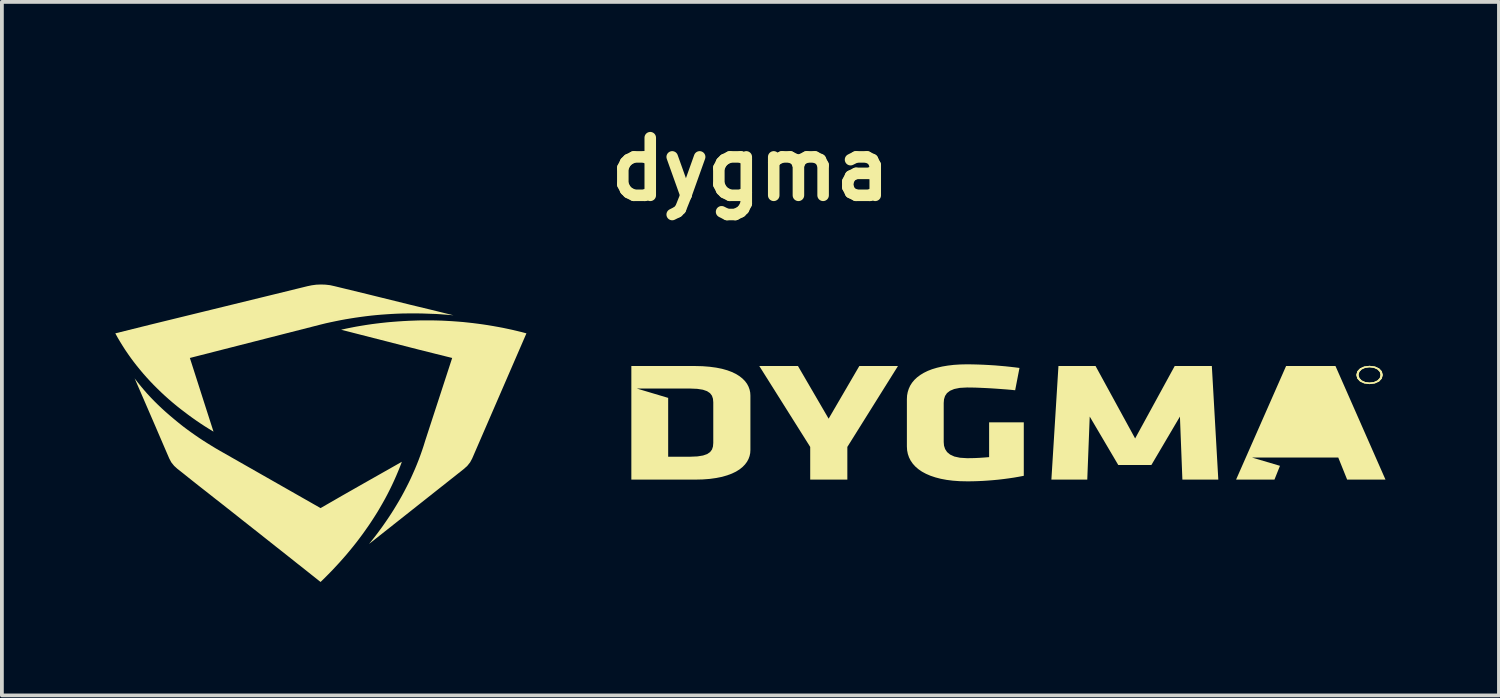
<source format=kicad_pcb>
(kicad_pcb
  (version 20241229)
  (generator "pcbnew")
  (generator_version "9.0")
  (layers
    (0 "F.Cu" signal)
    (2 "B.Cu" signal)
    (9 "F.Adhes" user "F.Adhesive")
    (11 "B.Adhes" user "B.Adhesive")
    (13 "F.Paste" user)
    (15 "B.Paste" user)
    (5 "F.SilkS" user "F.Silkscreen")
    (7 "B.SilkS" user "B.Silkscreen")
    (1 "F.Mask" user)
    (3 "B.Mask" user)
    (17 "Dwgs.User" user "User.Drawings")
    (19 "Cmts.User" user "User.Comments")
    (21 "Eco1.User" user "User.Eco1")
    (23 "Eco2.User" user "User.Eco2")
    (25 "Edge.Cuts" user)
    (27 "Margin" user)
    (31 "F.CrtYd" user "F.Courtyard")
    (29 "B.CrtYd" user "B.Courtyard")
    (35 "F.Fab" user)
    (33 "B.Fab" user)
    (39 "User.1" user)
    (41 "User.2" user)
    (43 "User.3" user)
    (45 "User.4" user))
  (footprint "dygma"
    (layer "F.Cu")
    (at 16.798 8.409)
    (property "Reference" "dygma" (at 0 -6.982 0) (layer "F.SilkS") (effects (font (size 1.524 1.524) (thickness 0.305))))
    (attr smd)
    (fp_poly (pts (xy 0.292 -1.749) (xy 1.225 -1.749) (xy 2.069 -0.306) (xy 2.913 -1.749) (xy 3.847 -1.749) (xy 2.516 0.357) (xy 2.516 1.199) (xy 1.615 1.199) (xy 1.615 0.357) (xy 0.292 -1.749)) (stroke (width 0) (type solid)) (fill yes) (layer "F.SilkS"))
    (fp_poly (pts (xy 12.165 -1.749) (xy 12.343 1.199) (xy 11.483 1.199) (xy 11.41 -0.576) (xy 10.59 0.812) (xy 9.771 0.812) (xy 8.951 -0.576) (xy 8.886 1.199) (xy 8.018 1.199) (xy 8.196 -1.749) (xy 9.113 -1.749) (xy 10.184 0.216) (xy 11.256 -1.749) (xy 12.165 -1.749)) (stroke (width 0) (type solid)) (fill yes) (layer "F.SilkS"))
    (fp_poly (pts (xy 15.816 1.199) (xy 14.818 -1.289) (xy 14.266 0.104) (xy 15.37 0.104) (xy 14.818 -1.289) (xy 15.816 1.199) (xy 13.146 0.637) (xy 13.958 0.879) (xy 13.828 1.205) (xy 12.895 1.205) (xy 12.895 1.199) (xy 13.146 0.637) (xy 15.816 1.199) (xy 15.581 0.615) (xy 13.155 0.615) (xy 14.193 -1.749) (xy 15.435 -1.749) (xy 16.741 1.199) (xy 15.816 1.199)) (stroke (width 0) (type solid)) (fill yes) (layer "F.SilkS"))
    (fp_poly (pts (xy 3.782 -1.721) (xy 3.903 -1.778) (xy 2.881 -1.778) (xy 2.069 -0.385) (xy 1.258 -1.778) (xy 0.235 -1.778) (xy 1.582 0.362) (xy 1.582 1.227) (xy 2.564 1.227) (xy 2.564 0.362) (xy 3.903 -1.778) (xy 3.782 -1.721) (xy 2.483 0.34) (xy 2.475 0.351) (xy 2.475 0.362) (xy 2.475 1.171) (xy 1.655 1.171) (xy 1.655 0.362) (xy 1.655 0.351) (xy 1.647 0.34) (xy 0.349 -1.721) (xy 1.193 -1.721) (xy 1.988 -0.362) (xy 2.061 -0.233) (xy 2.134 -0.362) (xy 2.93 -1.721) (xy 3.782 -1.721) (xy 3.782 -1.721)) (stroke (width 0) (type solid)) (fill yes) (layer "F.SilkS"))
    (fp_poly (pts (xy 16.376 -1.783) (xy 16.166 -1.687) (xy 16.259 -1.729) (xy 16.376 -1.744) (xy 16.494 -1.729) (xy 16.586 -1.687) (xy 16.647 -1.623) (xy 16.668 -1.542) (xy 16.647 -1.46) (xy 16.586 -1.396) (xy 16.494 -1.355) (xy 16.376 -1.34) (xy 16.259 -1.355) (xy 16.166 -1.396) (xy 16.106 -1.46) (xy 16.084 -1.542) (xy 16.106 -1.623) (xy 16.166 -1.687) (xy 16.376 -1.783) (xy 16.236 -1.765) (xy 16.126 -1.715) (xy 16.053 -1.639) (xy 16.027 -1.542) (xy 16.053 -1.445) (xy 16.126 -1.368) (xy 16.236 -1.318) (xy 16.376 -1.3) (xy 16.516 -1.318) (xy 16.627 -1.368) (xy 16.699 -1.445) (xy 16.725 -1.542) (xy 16.7 -1.639) (xy 16.63 -1.715) (xy 16.52 -1.765) (xy 16.376 -1.783)) (stroke (width 0) (type solid)) (fill yes) (layer "F.SilkS"))
    (fp_poly (pts (xy 16.376 -1.783) (xy 16.586 -1.687) (xy 16.494 -1.729) (xy 16.376 -1.744) (xy 16.259 -1.729) (xy 16.166 -1.687) (xy 16.106 -1.623) (xy 16.084 -1.542) (xy 16.109 -1.46) (xy 16.169 -1.396) (xy 16.26 -1.355) (xy 16.376 -1.34) (xy 16.494 -1.355) (xy 16.586 -1.396) (xy 16.647 -1.46) (xy 16.668 -1.542) (xy 16.647 -1.623) (xy 16.586 -1.687) (xy 16.376 -1.783) (xy 16.516 -1.765) (xy 16.627 -1.715) (xy 16.699 -1.639) (xy 16.725 -1.542) (xy 16.699 -1.445) (xy 16.627 -1.368) (xy 16.516 -1.318) (xy 16.376 -1.3) (xy 16.236 -1.318) (xy 16.126 -1.368) (xy 16.053 -1.445) (xy 16.027 -1.542) (xy 16.053 -1.639) (xy 16.126 -1.715) (xy 16.236 -1.765) (xy 16.376 -1.783)) (stroke (width 0) (type solid)) (fill yes) (layer "F.SilkS"))
    (fp_poly (pts (xy 12.124 -1.721) (xy 12.205 -1.778) (xy 11.223 -1.778) (xy 10.176 0.138) (xy 9.129 -1.778) (xy 8.148 -1.778) (xy 7.961 1.227) (xy 8.91 1.227) (xy 8.975 -0.441) (xy 9.73 0.84) (xy 10.606 0.84) (xy 11.361 -0.441) (xy 11.426 1.227) (xy 12.376 1.227) (xy 12.205 -1.778) (xy 12.124 -1.721) (xy 12.302 1.171) (xy 11.523 1.171) (xy 11.459 -0.447) (xy 11.45 -0.716) (xy 11.304 -0.469) (xy 10.566 0.778) (xy 9.803 0.778) (xy 9.065 -0.469) (xy 8.918 -0.716) (xy 8.91 -0.447) (xy 8.845 1.171) (xy 8.066 1.171) (xy 8.245 -1.721) (xy 9.089 -1.721) (xy 10.111 0.154) (xy 10.184 0.295) (xy 10.257 0.154) (xy 11.28 -1.721) (xy 12.124 -1.721) (xy 12.124 -1.721)) (stroke (width 0) (type solid)) (fill yes) (layer "F.SilkS"))
    (fp_poly (pts (xy 15.411 -1.721) (xy 15.419 0.132) (xy 15.394 0.059) (xy 14.899 -1.199) (xy 14.818 -1.396) (xy 14.737 -1.199) (xy 14.234 0.059) (xy 14.21 0.132) (xy 14.315 0.132) (xy 15.313 0.132) (xy 15.419 0.132) (xy 15.411 -1.721) (xy 15.475 -1.778) (xy 14.169 -1.778) (xy 12.846 1.227) (xy 13.861 1.227) (xy 14.007 0.862) (xy 13.268 0.643) (xy 15.549 0.643) (xy 15.784 1.227) (xy 16.798 1.227) (xy 15.475 -1.778) (xy 15.411 -1.721) (xy 16.693 1.171) (xy 15.849 1.171) (xy 15.63 0.626) (xy 15.613 0.587) (xy 15.549 0.587) (xy 13.268 0.587) (xy 13.171 0.677) (xy 13.236 0.694) (xy 13.909 0.896) (xy 13.796 1.177) (xy 12.952 1.177) (xy 13.171 0.677) (xy 13.268 0.587) (xy 13.211 0.587) (xy 14.226 -1.721) (xy 15.411 -1.721) (xy 15.411 -1.721)) (stroke (width 0) (type solid)) (fill yes) (layer "F.SilkS"))
    (fp_poly (pts (xy -3.108 1.199) (xy -3.108 -1.182) (xy -2.207 -0.918) (xy -2.207 0.654) (xy -1.582 0.654) (xy -1.378 0.645) (xy -1.22 0.618) (xy -1.102 0.574) (xy -1.02 0.515) (xy -0.968 0.442) (xy -0.941 0.357) (xy -0.933 0.261) (xy -0.933 -0.812) (xy -0.941 -0.908) (xy -0.968 -0.993) (xy -1.02 -1.065) (xy -1.102 -1.124) (xy -1.22 -1.168) (xy -1.378 -1.195) (xy -1.582 -1.205) (xy -3.108 -1.205) (xy -3.108 -1.749) (xy -1.469 -1.749) (xy -1.226 -1.743) (xy -1.012 -1.723) (xy -0.825 -1.693) (xy -0.663 -1.653) (xy -0.525 -1.604) (xy -0.409 -1.549) (xy -0.312 -1.489) (xy -0.234 -1.425) (xy -0.172 -1.359) (xy -0.124 -1.292) (xy -0.089 -1.226) (xy -0.065 -1.161) (xy -0.05 -1.101) (xy -0.043 -1.046) (xy -0.041 -0.997) (xy -0.041 0.446) (xy -0.049 0.545) (xy -0.073 0.637) (xy -0.113 0.723) (xy -0.168 0.802) (xy -0.237 0.875) (xy -0.322 0.941) (xy -0.42 1) (xy -0.532 1.051) (xy -0.657 1.096) (xy -0.795 1.132) (xy -0.946 1.161) (xy -1.109 1.182) (xy -1.283 1.195) (xy -1.469 1.199) (xy -3.108 1.199)) (stroke (width 0) (type solid)) (fill yes) (layer "F.SilkS"))
    (fp_poly (pts (xy -14.266 -0.132) (xy -14.386 -0.207) (xy -14.503 -0.283) (xy -14.617 -0.36) (xy -14.73 -0.439) (xy -14.843 -0.52) (xy -14.94 -0.593) (xy -15.037 -0.667) (xy -15.135 -0.744) (xy -15.25 -0.838) (xy -15.362 -0.934) (xy -15.471 -1.031) (xy -15.577 -1.129) (xy -15.68 -1.229) (xy -15.78 -1.33) (xy -15.877 -1.432) (xy -15.972 -1.535) (xy -16.063 -1.639) (xy -16.151 -1.745) (xy -16.236 -1.852) (xy -16.318 -1.96) (xy -16.396 -2.069) (xy -16.472 -2.179) (xy -16.544 -2.291) (xy -16.613 -2.403) (xy -16.679 -2.517) (xy -16.741 -2.631) (xy -15.605 -2.912) (xy -11.702 -3.867) (xy -11.588 -3.89) (xy -11.475 -3.902) (xy -11.361 -3.906) (xy -11.246 -3.902) (xy -11.13 -3.89) (xy -11.02 -3.867) (xy -8.221 -3.182) (xy -8.338 -3.189) (xy -8.456 -3.193) (xy -8.567 -3.197) (xy -8.679 -3.201) (xy -8.791 -3.203) (xy -8.902 -3.204) (xy -8.943 -3.204) (xy -9.082 -3.202) (xy -9.221 -3.199) (xy -9.359 -3.194) (xy -9.496 -3.187) (xy -9.634 -3.179) (xy -9.77 -3.168) (xy -9.906 -3.156) (xy -10.042 -3.143) (xy -10.177 -3.128) (xy -10.312 -3.111) (xy -10.446 -3.092) (xy -10.58 -3.071) (xy -10.713 -3.049) (xy -10.845 -3.025) (xy -10.977 -3) (xy -11.108 -2.972) (xy -11.239 -2.943) (xy -11.369 -2.912) (xy -11.385 -2.906) (xy -14.891 -2.008) (xy -14.266 -0.132) (xy -14.266 -0.132)) (stroke (width 0) (type solid)) (fill yes) (layer "F.SilkS"))
    (fp_poly (pts (xy -9.876 2.721) (xy -9.79 2.608) (xy -9.707 2.493) (xy -9.626 2.379) (xy -9.547 2.263) (xy -9.47 2.147) (xy -9.396 2.03) (xy -9.325 1.913) (xy -9.255 1.795) (xy -9.188 1.676) (xy -9.123 1.557) (xy -9.061 1.437) (xy -9.001 1.316) (xy -8.944 1.195) (xy -8.888 1.073) (xy -8.836 0.951) (xy -8.785 0.828) (xy -8.737 0.705) (xy -8.692 0.58) (xy -8.649 0.456) (xy -8.608 0.331) (xy -8.57 0.205) (xy -7.847 -2.013) (xy -10.704 -2.744) (xy -10.569 -2.771) (xy -10.433 -2.797) (xy -10.296 -2.821) (xy -10.158 -2.843) (xy -10.02 -2.863) (xy -9.882 -2.882) (xy -9.743 -2.898) (xy -9.603 -2.913) (xy -9.463 -2.926) (xy -9.323 -2.936) (xy -9.183 -2.945) (xy -9.043 -2.952) (xy -8.902 -2.957) (xy -8.791 -2.961) (xy -8.683 -2.962) (xy -8.578 -2.963) (xy -8.504 -2.963) (xy -8.423 -2.963) (xy -8.283 -2.96) (xy -8.143 -2.955) (xy -8.003 -2.949) (xy -7.863 -2.94) (xy -7.724 -2.93) (xy -7.586 -2.918) (xy -7.448 -2.904) (xy -7.31 -2.888) (xy -7.173 -2.871) (xy -7.036 -2.851) (xy -6.9 -2.83) (xy -6.764 -2.807) (xy -6.629 -2.782) (xy -6.495 -2.756) (xy -6.361 -2.727) (xy -6.228 -2.697) (xy -6.096 -2.665) (xy -5.965 -2.631) (xy -7.393 0.66) (xy -7.444 0.756) (xy -7.515 0.843) (xy -7.604 0.924) (xy -8.407 1.559) (xy -9.876 2.721) (xy -9.876 2.721)) (stroke (width 0) (type solid)) (fill yes) (layer "F.SilkS"))
    (fp_poly (pts (xy -14.315 1.564) (xy -15.118 0.929) (xy -15.207 0.847) (xy -15.278 0.759) (xy -15.329 0.666) (xy -16.141 -1.21) (xy -16.057 -1.112) (xy -15.971 -1.015) (xy -15.881 -0.92) (xy -15.789 -0.826) (xy -15.694 -0.732) (xy -15.597 -0.64) (xy -15.497 -0.549) (xy -15.394 -0.458) (xy -15.303 -0.378) (xy -15.207 -0.298) (xy -15.11 -0.222) (xy -15.012 -0.145) (xy -14.911 -0.069) (xy -14.808 0.006) (xy -14.703 0.08) (xy -14.596 0.152) (xy -14.487 0.224) (xy -14.377 0.294) (xy -14.266 0.363) (xy -14.153 0.431) (xy -14.039 0.497) (xy -11.361 2.025) (xy -9.284 0.84) (xy -9.333 0.961) (xy -9.384 1.082) (xy -9.437 1.202) (xy -9.492 1.322) (xy -9.55 1.441) (xy -9.61 1.559) (xy -9.672 1.677) (xy -9.736 1.795) (xy -9.803 1.911) (xy -9.871 2.027) (xy -9.942 2.143) (xy -10.015 2.257) (xy -10.09 2.372) (xy -10.168 2.485) (xy -10.247 2.598) (xy -10.329 2.71) (xy -10.413 2.821) (xy -10.499 2.932) (xy -10.587 3.042) (xy -10.677 3.151) (xy -10.769 3.26) (xy -10.864 3.367) (xy -10.961 3.474) (xy -11.06 3.581) (xy -11.161 3.686) (xy -11.264 3.791) (xy -11.369 3.895) (xy -11.403 3.868) (xy -11.447 3.832) (xy -11.501 3.788) (xy -11.565 3.737) (xy -11.637 3.679) (xy -11.718 3.615) (xy -11.807 3.544) (xy -11.903 3.468) (xy -12.005 3.387) (xy -12.113 3.301) (xy -12.227 3.211) (xy -12.346 3.117) (xy -12.469 3.019) (xy -12.595 2.919) (xy -12.725 2.817) (xy -12.858 2.712) (xy -12.992 2.606) (xy -13.128 2.499) (xy -13.264 2.392) (xy -13.401 2.284) (xy -13.537 2.176) (xy -13.672 2.07) (xy -13.806 1.964) (xy -13.938 1.861) (xy -14.067 1.759) (xy -14.193 1.66) (xy -14.315 1.564)) (stroke (width 0) (type solid)) (fill yes) (layer "F.SilkS"))
    (fp_poly (pts (xy 5.729 1.244) (xy 5.55 1.24) (xy 5.381 1.229) (xy 5.222 1.21) (xy 5.073 1.184) (xy 4.935 1.151) (xy 4.807 1.111) (xy 4.691 1.064) (xy 4.586 1.01) (xy 4.493 0.95) (xy 4.411 0.883) (xy 4.341 0.809) (xy 4.283 0.73) (xy 4.238 0.644) (xy 4.206 0.552) (xy 4.186 0.455) (xy 4.179 0.351) (xy 4.179 -0.901) (xy 4.186 -1.005) (xy 4.206 -1.103) (xy 4.238 -1.194) (xy 4.283 -1.28) (xy 4.341 -1.36) (xy 4.411 -1.433) (xy 4.493 -1.5) (xy 4.586 -1.561) (xy 4.691 -1.614) (xy 4.807 -1.661) (xy 4.935 -1.702) (xy 5.073 -1.735) (xy 5.222 -1.761) (xy 5.381 -1.779) (xy 5.55 -1.791) (xy 5.729 -1.794) (xy 5.901 -1.793) (xy 6.068 -1.788) (xy 6.23 -1.781) (xy 6.385 -1.773) (xy 6.531 -1.762) (xy 6.666 -1.751) (xy 6.791 -1.739) (xy 6.901 -1.727) (xy 6.997 -1.715) (xy 7.076 -1.705) (xy 6.971 -1.165) (xy 6.843 -1.178) (xy 6.703 -1.19) (xy 6.557 -1.2) (xy 6.408 -1.21) (xy 6.258 -1.218) (xy 6.113 -1.224) (xy 5.975 -1.229) (xy 5.849 -1.232) (xy 5.737 -1.233) (xy 5.581 -1.226) (xy 5.446 -1.206) (xy 5.333 -1.173) (xy 5.241 -1.125) (xy 5.17 -1.064) (xy 5.12 -0.989) (xy 5.09 -0.899) (xy 5.08 -0.795) (xy 5.08 0.233) (xy 5.09 0.341) (xy 5.12 0.434) (xy 5.17 0.513) (xy 5.241 0.576) (xy 5.333 0.626) (xy 5.446 0.66) (xy 5.581 0.681) (xy 5.737 0.688) (xy 5.848 0.687) (xy 5.952 0.685) (xy 6.06 0.68) (xy 6.18 0.671) (xy 6.322 0.66) (xy 6.354 0.654) (xy 6.354 -0.261) (xy 7.19 -0.261) (xy 7.19 1.104) (xy 7.061 1.128) (xy 6.93 1.151) (xy 6.799 1.171) (xy 6.666 1.188) (xy 6.533 1.203) (xy 6.399 1.216) (xy 6.265 1.226) (xy 6.13 1.234) (xy 5.996 1.24) (xy 5.862 1.243) (xy 5.729 1.244) (xy 5.729 1.244)) (stroke (width 0) (type solid)) (fill yes) (layer "F.SilkS"))
    (fp_poly (pts (xy -1.469 -1.721) (xy -1.469 -1.778) (xy -3.149 -1.778) (xy -3.149 1.227) (xy -1.469 1.227) (xy -1.263 1.222) (xy -1.076 1.208) (xy -0.905 1.184) (xy -0.75 1.153) (xy -0.612 1.113) (xy -0.489 1.067) (xy -0.381 1.015) (xy -0.288 0.957) (xy -0.209 0.894) (xy -0.143 0.826) (xy -0.09 0.755) (xy -0.05 0.681) (xy -0.022 0.604) (xy -0.005 0.526) (xy 0.000002 0.446) (xy 0.000002 -0.997) (xy -0.005 -1.077) (xy -0.022 -1.156) (xy -0.05 -1.233) (xy -0.09 -1.308) (xy -0.143 -1.379) (xy -0.209 -1.446) (xy -0.288 -1.509) (xy -0.381 -1.567) (xy -0.489 -1.619) (xy -0.612 -1.665) (xy -0.75 -1.704) (xy -0.905 -1.735) (xy -1.076 -1.758) (xy -1.263 -1.773) (xy -1.469 -1.778) (xy -1.469 -1.721) (xy -1.285 -1.717) (xy -1.113 -1.705) (xy -0.954 -1.686) (xy -0.807 -1.658) (xy -0.673 -1.623) (xy -0.551 -1.581) (xy -0.443 -1.532) (xy -0.349 -1.475) (xy -0.268 -1.412) (xy -0.202 -1.342) (xy -0.149 -1.265) (xy -0.112 -1.182) (xy -0.089 -1.093) (xy -0.081 -0.997) (xy -0.081 0.446) (xy -0.089 0.541) (xy -0.112 0.63) (xy -0.151 0.713) (xy -0.204 0.789) (xy -0.272 0.859) (xy -0.354 0.923) (xy -0.449 0.979) (xy -0.558 1.029) (xy -0.68 1.072) (xy -0.814 1.107) (xy -0.96 1.135) (xy -1.119 1.155) (xy -1.288 1.167) (xy -1.469 1.171) (xy -3.068 1.171) (xy -3.068 -1.137) (xy -2.175 -0.935) (xy -3.003 -1.182) (xy -2.175 -1.182) (xy -1.591 -1.182) (xy -1.404 -1.174) (xy -1.257 -1.151) (xy -1.147 -1.113) (xy -1.068 -1.06) (xy -1.017 -0.993) (xy -0.99 -0.912) (xy -0.982 -0.817) (xy -0.982 0.256) (xy -0.99 0.35) (xy -1.016 0.431) (xy -1.066 0.498) (xy -1.143 0.551) (xy -1.253 0.589) (xy -1.401 0.613) (xy -1.591 0.621) (xy -2.175 0.621) (xy -2.175 0.626) (xy -2.175 0.626) (xy -2.175 -0.935) (xy -3.068 -1.137) (xy -3.035 -1.126) (xy -2.256 -0.896) (xy -2.256 0.626) (xy -2.256 0.682) (xy -2.175 0.682) (xy -1.591 0.682) (xy -1.423 0.676) (xy -1.281 0.658) (xy -1.162 0.628) (xy -1.066 0.583) (xy -0.993 0.525) (xy -0.941 0.453) (xy -0.911 0.365) (xy -0.901 0.261) (xy -0.901 -0.812) (xy -0.91 -0.915) (xy -0.94 -1.003) (xy -0.991 -1.076) (xy -1.063 -1.134) (xy -1.158 -1.178) (xy -1.277 -1.209) (xy -1.421 -1.227) (xy -1.591 -1.233) (xy -2.175 -1.233) (xy -3.003 -1.233) (xy -3.068 -1.233) (xy -3.068 -1.721) (xy -1.469 -1.721) (xy -1.469 -1.721)) (stroke (width 0) (type solid)) (fill yes) (layer "F.SilkS"))
    (fp_poly (pts (xy -11.361 -3.878) (xy -11.483 -3.929) (xy -11.602 -3.913) (xy -11.718 -3.889) (xy -12.7 -3.648) (xy -15.849 -2.878) (xy -16.798 -2.642) (xy -16.737 -2.531) (xy -16.672 -2.421) (xy -16.605 -2.312) (xy -16.535 -2.203) (xy -16.462 -2.096) (xy -16.387 -1.99) (xy -16.309 -1.885) (xy -16.228 -1.781) (xy -16.144 -1.678) (xy -16.058 -1.576) (xy -15.969 -1.475) (xy -15.878 -1.376) (xy -15.784 -1.278) (xy -15.687 -1.181) (xy -15.588 -1.085) (xy -15.487 -0.991) (xy -15.383 -0.898) (xy -15.276 -0.806) (xy -15.167 -0.716) (xy -15.07 -0.639) (xy -14.972 -0.565) (xy -14.875 -0.491) (xy -14.768 -0.413) (xy -14.659 -0.336) (xy -14.547 -0.26) (xy -14.434 -0.186) (xy -14.318 -0.113) (xy -14.201 -0.042) (xy -14.477 -0.901) (xy -14.599 -1.283) (xy -14.826 -1.991) (xy -11.353 -2.878) (xy -11.227 -2.909) (xy -11.099 -2.937) (xy -10.97 -2.964) (xy -10.841 -2.99) (xy -10.71 -3.014) (xy -10.578 -3.036) (xy -10.445 -3.057) (xy -10.311 -3.076) (xy -10.176 -3.094) (xy -10.041 -3.11) (xy -9.904 -3.124) (xy -9.767 -3.136) (xy -9.628 -3.146) (xy -9.489 -3.155) (xy -9.35 -3.162) (xy -9.209 -3.167) (xy -9.068 -3.169) (xy -8.927 -3.17) (xy -8.886 -3.17) (xy -8.776 -3.169) (xy -8.667 -3.167) (xy -8.557 -3.163) (xy -8.448 -3.159) (xy -8.327 -3.155) (xy -8.208 -3.148) (xy -8.09 -3.139) (xy -7.972 -3.13) (xy -7.855 -3.12) (xy -8.472 -3.272) (xy -8.983 -3.395) (xy -10.12 -3.676) (xy -10.996 -3.889) (xy -11.118 -3.916) (xy -11.239 -3.93) (xy -11.361 -3.934) (xy -11.361 -3.934) (xy -11.483 -3.929) (xy -11.361 -3.878) (xy -11.248 -3.874) (xy -11.136 -3.861) (xy -11.028 -3.839) (xy -10.152 -3.625) (xy -9.016 -3.345) (xy -8.513 -3.221) (xy -8.642 -3.225) (xy -8.77 -3.226) (xy -8.894 -3.227) (xy -8.918 -3.227) (xy -8.935 -3.227) (xy -9.073 -3.225) (xy -9.21 -3.221) (xy -9.348 -3.216) (xy -9.485 -3.209) (xy -9.622 -3.201) (xy -9.759 -3.191) (xy -9.895 -3.179) (xy -10.031 -3.165) (xy -10.166 -3.15) (xy -10.301 -3.133) (xy -10.436 -3.114) (xy -10.57 -3.094) (xy -10.703 -3.072) (xy -10.836 -3.048) (xy -10.968 -3.022) (xy -11.1 -2.995) (xy -11.231 -2.965) (xy -11.361 -2.935) (xy -11.385 -2.929) (xy -14.859 -2.042) (xy -14.924 -2.025) (xy -14.907 -1.974) (xy -14.68 -1.266) (xy -14.558 -0.896) (xy -14.331 -0.205) (xy -14.429 -0.269) (xy -14.526 -0.333) (xy -14.622 -0.398) (xy -14.717 -0.464) (xy -14.81 -0.531) (xy -14.907 -0.604) (xy -15.005 -0.678) (xy -15.102 -0.755) (xy -15.214 -0.849) (xy -15.324 -0.943) (xy -15.431 -1.039) (xy -15.535 -1.136) (xy -15.636 -1.234) (xy -15.735 -1.333) (xy -15.83 -1.434) (xy -15.923 -1.535) (xy -16.013 -1.638) (xy -16.1 -1.742) (xy -16.185 -1.846) (xy -16.266 -1.952) (xy -16.344 -2.059) (xy -16.42 -2.167) (xy -16.493 -2.276) (xy -16.562 -2.386) (xy -16.629 -2.497) (xy -16.693 -2.609) (xy -15.816 -2.822) (xy -15.37 -2.929) (xy -12.668 -3.592) (xy -11.686 -3.833) (xy -11.584 -3.86) (xy -11.474 -3.874) (xy -11.361 -3.878) (xy -11.361 -3.878)) (stroke (width 0) (type solid)) (fill yes) (layer "F.SilkS"))
    (fp_poly (pts (xy -8.57 -2.929) (xy -8.677 -2.985) (xy -8.787 -2.983) (xy -8.894 -2.979) (xy -9.038 -2.974) (xy -9.181 -2.966) (xy -9.323 -2.957) (xy -9.464 -2.946) (xy -9.604 -2.934) (xy -9.743 -2.919) (xy -9.881 -2.903) (xy -10.019 -2.885) (xy -10.155 -2.865) (xy -10.291 -2.843) (xy -10.426 -2.82) (xy -10.56 -2.794) (xy -10.693 -2.767) (xy -10.826 -2.738) (xy -8.789 -2.216) (xy -8.318 -2.098) (xy -7.888 -1.991) (xy -8.602 0.199) (xy -8.641 0.326) (xy -8.683 0.452) (xy -8.727 0.577) (xy -8.773 0.701) (xy -8.822 0.825) (xy -8.873 0.948) (xy -8.927 1.07) (xy -8.982 1.192) (xy -9.04 1.313) (xy -9.101 1.433) (xy -9.163 1.553) (xy -9.228 1.672) (xy -9.295 1.79) (xy -9.365 1.907) (xy -9.436 2.024) (xy -9.51 2.14) (xy -9.586 2.255) (xy -9.664 2.369) (xy -9.744 2.483) (xy -9.827 2.596) (xy -9.911 2.708) (xy -9.998 2.819) (xy -10.087 2.929) (xy -8.781 1.896) (xy -8.326 1.536) (xy -8.269 1.491) (xy -7.58 0.946) (xy -7.488 0.863) (xy -7.414 0.77) (xy -7.36 0.671) (xy -7.117 0.11) (xy -5.924 -2.642) (xy -6.048 -2.675) (xy -6.172 -2.705) (xy -6.298 -2.735) (xy -6.424 -2.762) (xy -6.552 -2.789) (xy -6.681 -2.813) (xy -6.81 -2.836) (xy -6.941 -2.858) (xy -7.072 -2.878) (xy -7.204 -2.896) (xy -7.338 -2.913) (xy -7.472 -2.928) (xy -7.606 -2.942) (xy -7.742 -2.953) (xy -7.879 -2.963) (xy -8.016 -2.971) (xy -8.154 -2.978) (xy -8.292 -2.982) (xy -8.432 -2.985) (xy -8.57 -2.985) (xy -8.57 -2.985) (xy -8.677 -2.985) (xy -8.57 -2.929) (xy -8.495 -2.929) (xy -8.415 -2.929) (xy -8.278 -2.926) (xy -8.14 -2.922) (xy -8.003 -2.915) (xy -7.866 -2.907) (xy -7.73 -2.897) (xy -7.594 -2.886) (xy -7.458 -2.873) (xy -7.323 -2.857) (xy -7.189 -2.84) (xy -7.055 -2.822) (xy -6.922 -2.801) (xy -6.789 -2.779) (xy -6.656 -2.755) (xy -6.525 -2.729) (xy -6.394 -2.702) (xy -6.264 -2.673) (xy -6.134 -2.642) (xy -6.005 -2.609) (xy -7.125 -0.037) (xy -7.182 0.098) (xy -7.425 0.66) (xy -7.476 0.752) (xy -7.545 0.836) (xy -7.628 0.913) (xy -8.318 1.457) (xy -8.375 1.502) (xy -8.391 1.514) (xy -8.829 1.862) (xy -9.681 2.536) (xy -9.599 2.419) (xy -9.519 2.302) (xy -9.442 2.184) (xy -9.367 2.066) (xy -9.294 1.947) (xy -9.223 1.827) (xy -9.155 1.707) (xy -9.089 1.586) (xy -9.025 1.464) (xy -8.964 1.342) (xy -8.905 1.219) (xy -8.849 1.096) (xy -8.795 0.972) (xy -8.743 0.848) (xy -8.694 0.722) (xy -8.647 0.597) (xy -8.603 0.47) (xy -8.561 0.344) (xy -8.521 0.216) (xy -7.807 -1.974) (xy -7.79 -2.025) (xy -7.855 -2.042) (xy -8.286 -2.148) (xy -8.756 -2.266) (xy -10.566 -2.727) (xy -10.44 -2.751) (xy -10.314 -2.773) (xy -10.187 -2.793) (xy -10.059 -2.812) (xy -9.931 -2.83) (xy -9.803 -2.846) (xy -9.673 -2.86) (xy -9.544 -2.873) (xy -9.413 -2.884) (xy -9.282 -2.893) (xy -9.151 -2.901) (xy -9.019 -2.907) (xy -8.886 -2.912) (xy -8.781 -2.924) (xy -8.675 -2.928) (xy -8.57 -2.929) (xy -8.57 -2.929)) (stroke (width 0) (type solid)) (fill yes) (layer "F.SilkS"))
    (fp_poly (pts (xy 5.729 -1.766) (xy 6.878 -1.756) (xy 6.748 -1.77) (xy 6.612 -1.782) (xy 6.472 -1.794) (xy 6.328 -1.803) (xy 6.18 -1.811) (xy 6.031 -1.817) (xy 5.88 -1.821) (xy 5.729 -1.823) (xy 5.548 -1.819) (xy 5.379 -1.808) (xy 5.219 -1.789) (xy 5.071 -1.764) (xy 4.934 -1.732) (xy 4.807 -1.694) (xy 4.691 -1.649) (xy 4.587 -1.598) (xy 4.493 -1.541) (xy 4.41 -1.479) (xy 4.338 -1.411) (xy 4.277 -1.338) (xy 4.227 -1.26) (xy 4.189 -1.177) (xy 4.161 -1.089) (xy 4.144 -0.998) (xy 4.139 -0.901) (xy 4.139 0.351) (xy 4.145 0.451) (xy 4.164 0.547) (xy 4.195 0.638) (xy 4.239 0.725) (xy 4.295 0.806) (xy 4.364 0.882) (xy 4.445 0.952) (xy 4.538 1.016) (xy 4.644 1.073) (xy 4.762 1.124) (xy 4.893 1.168) (xy 5.036 1.205) (xy 5.191 1.234) (xy 5.358 1.255) (xy 5.538 1.268) (xy 5.729 1.272) (xy 5.867 1.271) (xy 6.005 1.267) (xy 6.143 1.261) (xy 6.282 1.252) (xy 6.42 1.241) (xy 6.558 1.228) (xy 6.695 1.212) (xy 6.831 1.194) (xy 6.966 1.174) (xy 7.099 1.151) (xy 7.231 1.126) (xy 7.231 -0.289) (xy 6.314 -0.289) (xy 6.314 0.632) (xy 6.176 0.643) (xy 6.058 0.651) (xy 5.95 0.656) (xy 5.844 0.659) (xy 5.729 0.66) (xy 5.542 0.648) (xy 5.394 0.616) (xy 5.282 0.564) (xy 5.202 0.498) (xy 5.15 0.418) (xy 5.121 0.329) (xy 5.113 0.233) (xy 5.113 -0.8) (xy 5.121 -0.897) (xy 5.148 -0.985) (xy 5.199 -1.061) (xy 5.279 -1.123) (xy 5.391 -1.17) (xy 5.539 -1.2) (xy 5.729 -1.21) (xy 5.832 -1.209) (xy 5.947 -1.207) (xy 6.072 -1.202) (xy 6.205 -1.196) (xy 6.342 -1.189) (xy 6.481 -1.18) (xy 6.62 -1.17) (xy 6.755 -1.16) (xy 6.884 -1.149) (xy 7.003 -1.137) (xy 7.117 -1.727) (xy 7.001 -1.742) (xy 6.878 -1.756) (xy 5.729 -1.766) (xy 5.891 -1.765) (xy 6.049 -1.761) (xy 6.202 -1.755) (xy 6.349 -1.746) (xy 6.488 -1.737) (xy 6.619 -1.726) (xy 6.739 -1.715) (xy 6.848 -1.704) (xy 6.945 -1.693) (xy 7.028 -1.682) (xy 6.93 -1.199) (xy 6.803 -1.21) (xy 6.666 -1.22) (xy 6.523 -1.23) (xy 6.378 -1.239) (xy 6.233 -1.246) (xy 6.093 -1.252) (xy 5.96 -1.257) (xy 5.838 -1.26) (xy 5.729 -1.261) (xy 5.564 -1.254) (xy 5.422 -1.232) (xy 5.302 -1.196) (xy 5.204 -1.146) (xy 5.128 -1.08) (xy 5.074 -1) (xy 5.042 -0.905) (xy 5.031 -0.795) (xy 5.031 0.233) (xy 5.042 0.346) (xy 5.075 0.444) (xy 5.13 0.527) (xy 5.207 0.595) (xy 5.305 0.648) (xy 5.425 0.686) (xy 5.566 0.708) (xy 5.729 0.716) (xy 5.84 0.715) (xy 5.945 0.713) (xy 6.054 0.708) (xy 6.176 0.7) (xy 6.322 0.688) (xy 6.395 0.682) (xy 6.395 0.632) (xy 6.395 -0.233) (xy 7.149 -0.233) (xy 7.149 1.081) (xy 7.025 1.103) (xy 6.899 1.123) (xy 6.771 1.141) (xy 6.643 1.157) (xy 6.513 1.171) (xy 6.383 1.183) (xy 6.253 1.193) (xy 6.122 1.2) (xy 5.991 1.206) (xy 5.86 1.209) (xy 5.729 1.21) (xy 5.555 1.207) (xy 5.389 1.196) (xy 5.234 1.178) (xy 5.089 1.153) (xy 4.955 1.121) (xy 4.831 1.082) (xy 4.718 1.036) (xy 4.615 0.984) (xy 4.524 0.926) (xy 4.445 0.861) (xy 4.377 0.79) (xy 4.321 0.713) (xy 4.277 0.63) (xy 4.245 0.541) (xy 4.226 0.446) (xy 4.22 0.345) (xy 4.22 -0.907) (xy 4.226 -1.006) (xy 4.245 -1.1) (xy 4.276 -1.189) (xy 4.32 -1.271) (xy 4.375 -1.348) (xy 4.443 -1.418) (xy 4.522 -1.483) (xy 4.612 -1.541) (xy 4.714 -1.593) (xy 4.827 -1.638) (xy 4.951 -1.677) (xy 5.086 -1.709) (xy 5.231 -1.734) (xy 5.387 -1.752) (xy 5.553 -1.763) (xy 5.729 -1.766) (xy 5.729 -1.766)) (stroke (width 0) (type solid)) (fill yes) (layer "F.SilkS"))
    (fp_poly (pts (xy -16.011 -1.008) (xy -16.287 -1.452) (xy -15.735 -0.177) (xy -15.67 -0.025) (xy -15.484 0.407) (xy -15.37 0.671) (xy -15.317 0.77) (xy -15.242 0.863) (xy -15.151 0.946) (xy -15.072 1.007) (xy -14.98 1.08) (xy -14.877 1.163) (xy -14.761 1.255) (xy -14.679 1.32) (xy -14.592 1.389) (xy -14.5 1.461) (xy -14.404 1.536) (xy -14.278 1.635) (xy -14.148 1.738) (xy -14.013 1.843) (xy -13.875 1.952) (xy -13.735 2.062) (xy -13.593 2.174) (xy -13.45 2.288) (xy -13.306 2.401) (xy -13.162 2.515) (xy -13.019 2.627) (xy -12.878 2.739) (xy -12.739 2.849) (xy -12.603 2.957) (xy -12.47 3.062) (xy -12.341 3.163) (xy -12.218 3.261) (xy -12.1 3.354) (xy -11.989 3.443) (xy -11.884 3.525) (xy -11.787 3.602) (xy -11.699 3.672) (xy -11.619 3.736) (xy -11.549 3.791) (xy -11.49 3.838) (xy -11.441 3.877) (xy -11.405 3.906) (xy -11.38 3.925) (xy -11.369 3.934) (xy -11.265 3.833) (xy -11.163 3.73) (xy -11.062 3.627) (xy -10.964 3.522) (xy -10.867 3.417) (xy -10.772 3.31) (xy -10.679 3.203) (xy -10.589 3.095) (xy -10.5 2.986) (xy -10.413 2.876) (xy -10.329 2.765) (xy -10.246 2.653) (xy -10.166 2.54) (xy -10.087 2.427) (xy -10.011 2.313) (xy -9.937 2.198) (xy -9.864 2.082) (xy -9.795 1.965) (xy -9.727 1.847) (xy -9.661 1.729) (xy -9.598 1.61) (xy -9.537 1.49) (xy -9.478 1.369) (xy -9.422 1.248) (xy -9.368 1.126) (xy -9.316 1.003) (xy -9.266 0.88) (xy -9.219 0.755) (xy -10.241 1.334) (xy -10.793 1.648) (xy -11.369 1.98) (xy -14.023 0.469) (xy -14.137 0.403) (xy -14.249 0.335) (xy -14.359 0.267) (xy -14.468 0.198) (xy -14.576 0.127) (xy -14.681 0.055) (xy -14.785 -0.018) (xy -14.887 -0.092) (xy -14.988 -0.167) (xy -15.086 -0.244) (xy -15.183 -0.323) (xy -15.278 -0.402) (xy -15.37 -0.48) (xy -15.473 -0.57) (xy -15.574 -0.662) (xy -15.673 -0.756) (xy -15.769 -0.851) (xy -15.862 -0.947) (xy -15.953 -1.045) (xy -16.04 -1.145) (xy -16.125 -1.246) (xy -16.208 -1.348) (xy -16.287 -1.452) (xy -16.011 -1.008) (xy -15.92 -0.91) (xy -15.827 -0.814) (xy -15.731 -0.718) (xy -15.632 -0.624) (xy -15.531 -0.532) (xy -15.427 -0.441) (xy -15.335 -0.361) (xy -15.237 -0.279) (xy -15.135 -0.199) (xy -15.034 -0.122) (xy -14.932 -0.046) (xy -14.828 0.028) (xy -14.723 0.102) (xy -14.616 0.175) (xy -14.508 0.246) (xy -14.397 0.316) (xy -14.285 0.385) (xy -14.171 0.453) (xy -14.055 0.52) (xy -11.402 2.03) (xy -11.353 2.058) (xy -11.304 2.03) (xy -10.728 1.699) (xy -10.176 1.384) (xy -9.357 0.918) (xy -9.407 1.039) (xy -9.459 1.16) (xy -9.513 1.279) (xy -9.57 1.398) (xy -9.629 1.517) (xy -9.69 1.635) (xy -9.753 1.752) (xy -9.819 1.869) (xy -9.887 1.985) (xy -9.957 2.101) (xy -10.029 2.216) (xy -10.104 2.33) (xy -10.18 2.443) (xy -10.259 2.556) (xy -10.34 2.668) (xy -10.423 2.779) (xy -10.508 2.89) (xy -10.596 3) (xy -10.685 3.109) (xy -10.777 3.217) (xy -10.87 3.324) (xy -10.966 3.431) (xy -11.064 3.537) (xy -11.164 3.642) (xy -11.265 3.747) (xy -11.369 3.85) (xy -11.413 3.816) (xy -11.466 3.774) (xy -11.528 3.724) (xy -11.599 3.668) (xy -11.678 3.606) (xy -11.764 3.537) (xy -11.857 3.464) (xy -11.957 3.385) (xy -12.063 3.301) (xy -12.174 3.214) (xy -12.289 3.123) (xy -12.409 3.028) (xy -12.533 2.93) (xy -12.659 2.83) (xy -12.789 2.728) (xy -12.92 2.625) (xy -13.053 2.52) (xy -13.187 2.415) (xy -13.321 2.309) (xy -13.455 2.203) (xy -13.588 2.099) (xy -13.72 1.995) (xy -13.851 1.892) (xy -13.979 1.792) (xy -14.104 1.693) (xy -14.226 1.598) (xy -14.347 1.502) (xy -14.567 1.328) (xy -14.705 1.222) (xy -14.883 1.076) (xy -15.094 0.907) (xy -15.181 0.829) (xy -15.248 0.744) (xy -15.297 0.654) (xy -15.411 0.39) (xy -15.597 -0.042) (xy -15.662 -0.194) (xy -15.711 -0.312) (xy -16.011 -1.008)) (stroke (width 0) (type solid)) (fill yes) (layer "F.SilkS")))
  (gr_rect
    (start -3 -3)
    (end 36.597 15.343)
    (stroke (width 0.1) (type default))
    (fill no)
    (layer "Edge.Cuts")))
</source>
